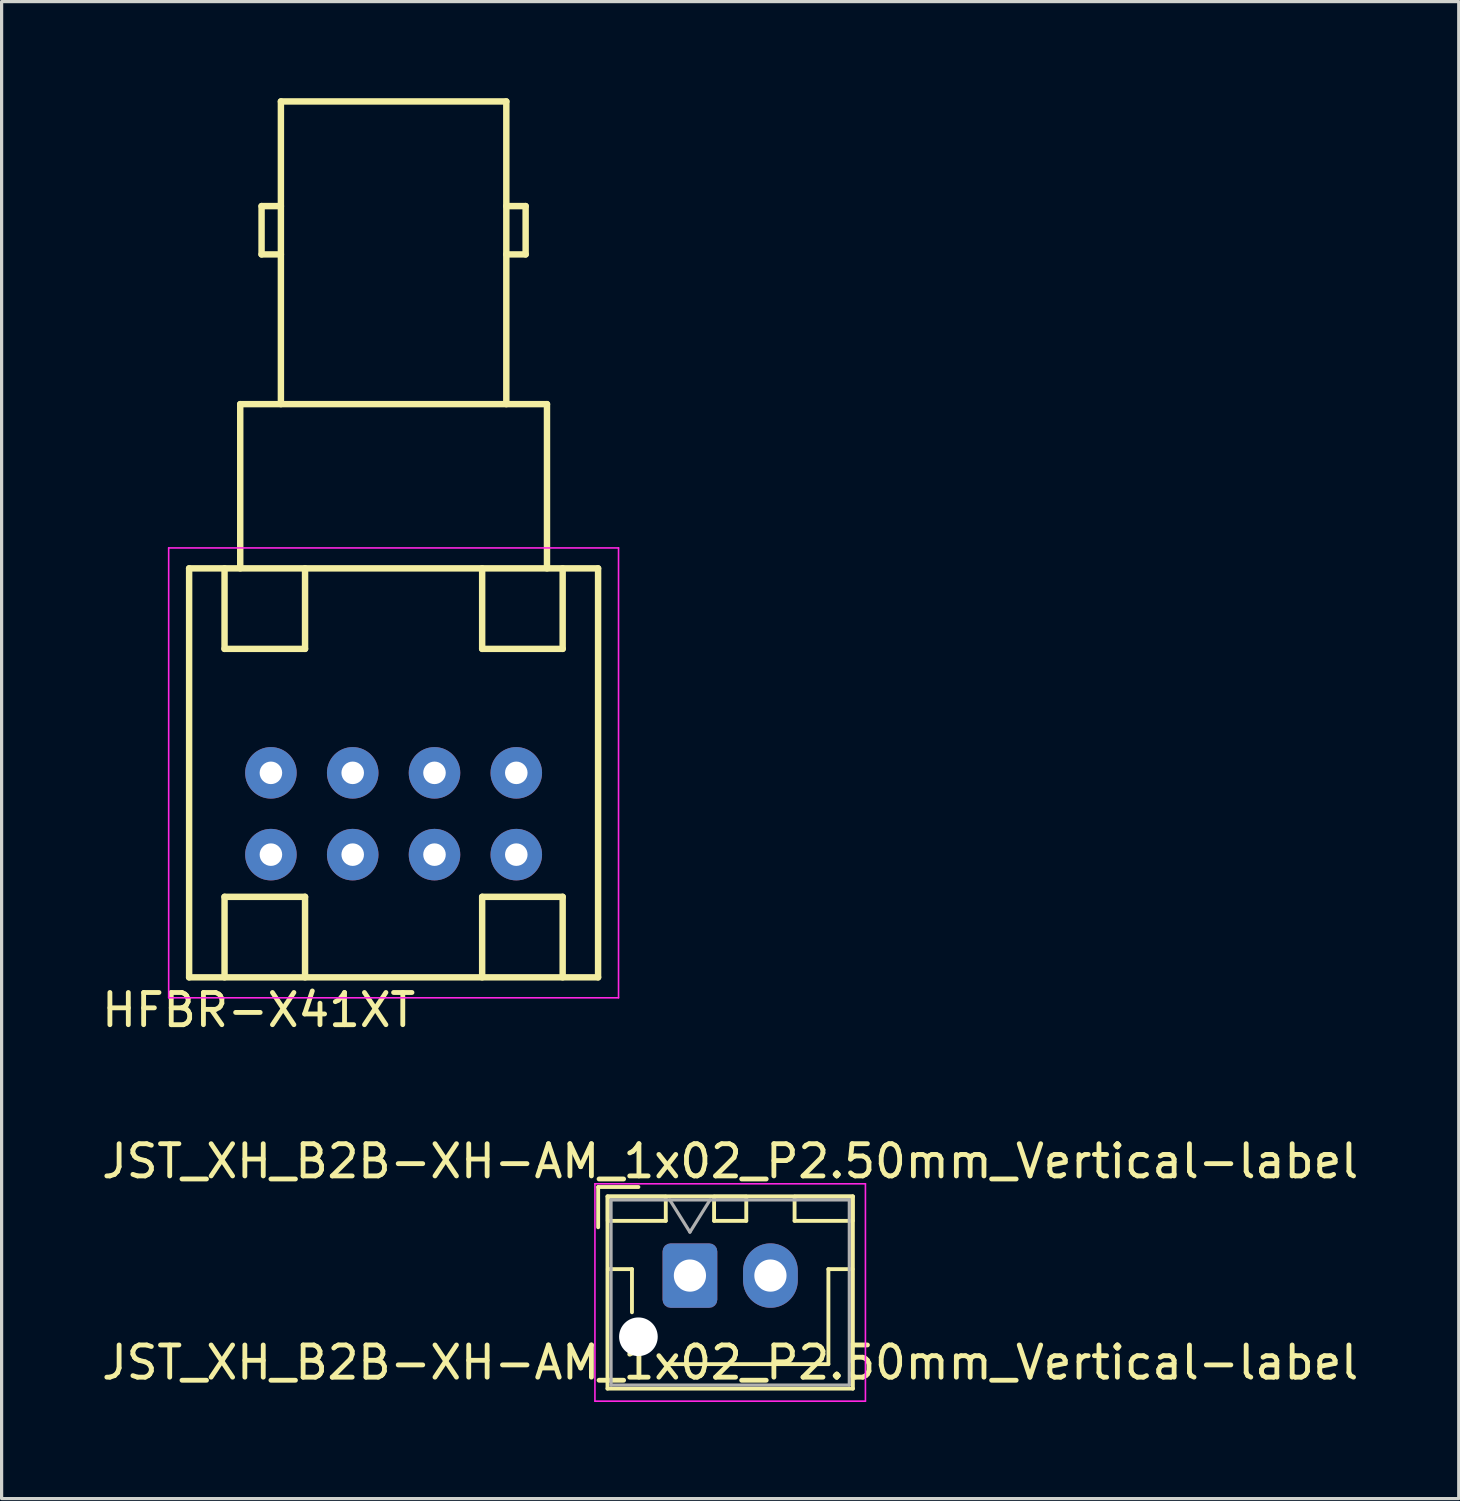
<source format=kicad_pcb>
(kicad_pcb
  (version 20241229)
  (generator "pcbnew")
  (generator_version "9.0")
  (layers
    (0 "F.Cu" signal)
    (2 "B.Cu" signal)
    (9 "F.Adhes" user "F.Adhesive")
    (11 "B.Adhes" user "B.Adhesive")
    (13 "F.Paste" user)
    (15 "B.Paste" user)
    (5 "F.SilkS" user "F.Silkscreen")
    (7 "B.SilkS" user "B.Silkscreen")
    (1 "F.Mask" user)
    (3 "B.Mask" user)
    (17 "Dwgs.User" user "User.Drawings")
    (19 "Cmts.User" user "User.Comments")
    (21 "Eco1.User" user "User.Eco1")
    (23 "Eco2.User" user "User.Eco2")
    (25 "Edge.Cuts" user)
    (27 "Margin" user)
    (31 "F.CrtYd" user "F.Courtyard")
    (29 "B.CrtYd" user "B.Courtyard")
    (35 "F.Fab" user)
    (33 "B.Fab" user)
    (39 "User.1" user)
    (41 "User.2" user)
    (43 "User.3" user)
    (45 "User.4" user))
  (footprint "HFBR-X41XT"
    (layer "F.Cu")
    (at 9.173 20.95)
    (property "Reference" "HFBR-X41XT" (at -4.191 7.366 180) (layer "F.SilkS") (effects (font (size 1 1) (thickness 0.15))))
    (attr through_hole)
    (fp_line (start -6.35 -6.35) (end -6.35 6.35) (stroke (width 0.2) (type solid)) (layer "F.SilkS"))
    (fp_line (start -5.25 -3.85) (end -5.25 -6.35) (stroke (width 0.2) (type solid)) (layer "F.SilkS"))
    (fp_line (start -5.25 3.85) (end -2.75 3.85) (stroke (width 0.2) (type solid)) (layer "F.SilkS"))
    (fp_line (start -5.25 6.35) (end -5.25 3.85) (stroke (width 0.2) (type solid)) (layer "F.SilkS"))
    (fp_line (start -4.763 -11.45) (end -4.763 -6.35) (stroke (width 0.2) (type solid)) (layer "F.SilkS"))
    (fp_line (start -4.1 -17.6) (end -3.5 -17.6) (stroke (width 0.2) (type solid)) (layer "F.SilkS"))
    (fp_line (start -4.1 -16.1) (end -4.1 -17.6) (stroke (width 0.2) (type solid)) (layer "F.SilkS"))
    (fp_line (start -4.1 -16.1) (end -3.5 -16.1) (stroke (width 0.2) (type solid)) (layer "F.SilkS"))
    (fp_line (start -3.5 -20.85) (end -3.5 -11.45) (stroke (width 0.2) (type solid)) (layer "F.SilkS"))
    (fp_line (start -2.75 -6.35) (end -2.75 -3.85) (stroke (width 0.2) (type solid)) (layer "F.SilkS"))
    (fp_line (start -2.75 -3.85) (end -5.25 -3.85) (stroke (width 0.2) (type solid)) (layer "F.SilkS"))
    (fp_line (start -2.75 3.85) (end -2.75 6.35) (stroke (width 0.2) (type solid)) (layer "F.SilkS"))
    (fp_line (start 2.75 -3.85) (end 2.75 -6.35) (stroke (width 0.2) (type solid)) (layer "F.SilkS"))
    (fp_line (start 2.75 3.85) (end 5.25 3.85) (stroke (width 0.2) (type solid)) (layer "F.SilkS"))
    (fp_line (start 2.75 6.35) (end 2.75 3.85) (stroke (width 0.2) (type solid)) (layer "F.SilkS"))
    (fp_line (start 3.5 -20.85) (end -3.5 -20.85) (stroke (width 0.2) (type solid)) (layer "F.SilkS"))
    (fp_line (start 3.5 -20.85) (end 3.5 -11.45) (stroke (width 0.2) (type solid)) (layer "F.SilkS"))
    (fp_line (start 4.1 -17.6) (end 3.5 -17.6) (stroke (width 0.2) (type solid)) (layer "F.SilkS"))
    (fp_line (start 4.1 -16.1) (end 3.5 -16.1) (stroke (width 0.2) (type solid)) (layer "F.SilkS"))
    (fp_line (start 4.1 -16.1) (end 4.1 -17.6) (stroke (width 0.2) (type solid)) (layer "F.SilkS"))
    (fp_line (start 4.763 -11.45) (end -4.763 -11.45) (stroke (width 0.2) (type solid)) (layer "F.SilkS"))
    (fp_line (start 4.763 -6.35) (end 4.763 -11.45) (stroke (width 0.2) (type solid)) (layer "F.SilkS"))
    (fp_line (start 5.25 -6.35) (end 5.25 -3.85) (stroke (width 0.2) (type solid)) (layer "F.SilkS"))
    (fp_line (start 5.25 -3.85) (end 2.75 -3.85) (stroke (width 0.2) (type solid)) (layer "F.SilkS"))
    (fp_line (start 5.25 3.85) (end 5.25 6.35) (stroke (width 0.2) (type solid)) (layer "F.SilkS"))
    (fp_line (start 6.35 -6.35) (end -6.35 -6.35) (stroke (width 0.2) (type solid)) (layer "F.SilkS"))
    (fp_line (start 6.35 6.35) (end -6.35 6.35) (stroke (width 0.2) (type solid)) (layer "F.SilkS"))
    (fp_line (start 6.35 6.35) (end 6.35 -6.35) (stroke (width 0.2) (type solid)) (layer "F.SilkS"))
    (fp_line (start -6.985 -6.985) (end 6.985 -6.985) (stroke (width 0.05) (type default)) (layer "F.CrtYd"))
    (fp_line (start -6.985 6.985) (end -6.985 -6.985) (stroke (width 0.05) (type default)) (layer "F.CrtYd"))
    (fp_line (start 6.985 -6.985) (end 6.985 6.985) (stroke (width 0.05) (type default)) (layer "F.CrtYd"))
    (fp_line (start 6.985 6.985) (end -6.985 6.985) (stroke (width 0.05) (type default)) (layer "F.CrtYd"))
    (pad "" thru_hole circle (at -3.81 0) (size 1.6 1.6) (drill 0.7) (layers "*.Cu" "*.Mask"))
    (pad "" thru_hole circle (at -3.81 2.54) (size 1.6 1.6) (drill 0.7) (layers "*.Cu" "*.Mask"))
    (pad "" thru_hole circle (at 3.81 0) (size 1.6 1.6) (drill 0.7) (layers "*.Cu" "*.Mask"))
    (pad "" thru_hole circle (at 3.81 2.54) (size 1.6 1.6) (drill 0.7) (layers "*.Cu" "*.Mask"))
    (pad "2" thru_hole circle (at -1.27 2.54) (size 1.6 1.6) (drill 0.7) (layers "*.Cu" "*.Mask"))
    (pad "3" thru_hole circle (at 1.27 2.54) (size 1.6 1.6) (drill 0.7) (layers "*.Cu" "*.Mask"))
    (pad "6" thru_hole circle (at 1.27 0) (size 1.6 1.6) (drill 0.7) (layers "*.Cu" "*.Mask"))
    (pad "7" thru_hole circle (at -1.27 0) (size 1.6 1.6) (drill 0.7) (layers "*.Cu" "*.Mask")))
  (footprint "JST_XH_B2B-XH-AM_1x02_P2.50mm_Vertical-label"
    (layer "F.Cu")
    (at 18.375 36.562)
    (property "Reference" "JST_XH_B2B-XH-AM_1x02_P2.50mm_Vertical-label" (at 1.25 -3.55 0) (layer "F.SilkS") (effects (font (size 1 1) (thickness 0.15))))
    (attr through_hole)
    (fp_line (start -2.85 -2.75) (end -2.85 -1.5) (stroke (width 0.12) (type solid)) (layer "F.SilkS"))
    (fp_line (start -2.56 -2.46) (end -2.56 3.51) (stroke (width 0.12) (type solid)) (layer "F.SilkS"))
    (fp_line (start -2.56 3.51) (end 5.06 3.51) (stroke (width 0.12) (type solid)) (layer "F.SilkS"))
    (fp_line (start -2.55 -2.45) (end -2.55 -1.7) (stroke (width 0.12) (type solid)) (layer "F.SilkS"))
    (fp_line (start -2.55 -1.7) (end -0.75 -1.7) (stroke (width 0.12) (type solid)) (layer "F.SilkS"))
    (fp_line (start -2.55 -0.2) (end -1.8 -0.2) (stroke (width 0.12) (type solid)) (layer "F.SilkS"))
    (fp_line (start -1.8 -0.2) (end -1.8 1.14) (stroke (width 0.12) (type solid)) (layer "F.SilkS"))
    (fp_line (start -1.6 -2.75) (end -2.85 -2.75) (stroke (width 0.12) (type solid)) (layer "F.SilkS"))
    (fp_line (start -0.75 -2.45) (end -2.55 -2.45) (stroke (width 0.12) (type solid)) (layer "F.SilkS"))
    (fp_line (start -0.75 -1.7) (end -0.75 -2.45) (stroke (width 0.12) (type solid)) (layer "F.SilkS"))
    (fp_line (start 0.75 -2.45) (end 0.75 -1.7) (stroke (width 0.12) (type solid)) (layer "F.SilkS"))
    (fp_line (start 0.75 -1.7) (end 1.75 -1.7) (stroke (width 0.12) (type solid)) (layer "F.SilkS"))
    (fp_line (start 1.25 2.75) (end -0.74 2.75) (stroke (width 0.12) (type solid)) (layer "F.SilkS"))
    (fp_line (start 1.75 -2.45) (end 0.75 -2.45) (stroke (width 0.12) (type solid)) (layer "F.SilkS"))
    (fp_line (start 1.75 -1.7) (end 1.75 -2.45) (stroke (width 0.12) (type solid)) (layer "F.SilkS"))
    (fp_line (start 3.25 -2.45) (end 3.25 -1.7) (stroke (width 0.12) (type solid)) (layer "F.SilkS"))
    (fp_line (start 3.25 -1.7) (end 5.05 -1.7) (stroke (width 0.12) (type solid)) (layer "F.SilkS"))
    (fp_line (start 4.3 -0.2) (end 4.3 2.75) (stroke (width 0.12) (type solid)) (layer "F.SilkS"))
    (fp_line (start 4.3 2.75) (end 1.25 2.75) (stroke (width 0.12) (type solid)) (layer "F.SilkS"))
    (fp_line (start 5.05 -2.45) (end 3.25 -2.45) (stroke (width 0.12) (type solid)) (layer "F.SilkS"))
    (fp_line (start 5.05 -1.7) (end 5.05 -2.45) (stroke (width 0.12) (type solid)) (layer "F.SilkS"))
    (fp_line (start 5.05 -0.2) (end 4.3 -0.2) (stroke (width 0.12) (type solid)) (layer "F.SilkS"))
    (fp_line (start 5.06 -2.46) (end -2.56 -2.46) (stroke (width 0.12) (type solid)) (layer "F.SilkS"))
    (fp_line (start 5.06 3.51) (end 5.06 -2.46) (stroke (width 0.12) (type solid)) (layer "F.SilkS"))
    (fp_line (start -2.95 -2.85) (end -2.95 3.9) (stroke (width 0.05) (type solid)) (layer "F.CrtYd"))
    (fp_line (start -2.95 3.9) (end 5.45 3.9) (stroke (width 0.05) (type solid)) (layer "F.CrtYd"))
    (fp_line (start 5.45 -2.85) (end -2.95 -2.85) (stroke (width 0.05) (type solid)) (layer "F.CrtYd"))
    (fp_line (start 5.45 3.9) (end 5.45 -2.85) (stroke (width 0.05) (type solid)) (layer "F.CrtYd"))
    (fp_line (start -2.45 -2.35) (end -2.45 3.4) (stroke (width 0.1) (type solid)) (layer "F.Fab"))
    (fp_line (start -2.45 3.4) (end 4.95 3.4) (stroke (width 0.1) (type solid)) (layer "F.Fab"))
    (fp_line (start -0.625 -2.35) (end 0 -1.35) (stroke (width 0.1) (type solid)) (layer "F.Fab"))
    (fp_line (start 0 -1.35) (end 0.625 -2.35) (stroke (width 0.1) (type solid)) (layer "F.Fab"))
    (fp_line (start 4.95 -2.35) (end -2.45 -2.35) (stroke (width 0.1) (type solid)) (layer "F.Fab"))
    (fp_line (start 4.95 3.4) (end 4.95 -2.35) (stroke (width 0.1) (type solid)) (layer "F.Fab"))
    (fp_text user "${REFERENCE}" (at 1.25 2.7 0) (layer "F.SilkS") (effects (font (size 1 1) (thickness 0.15))))
    (pad "" np_thru_hole circle (at -1.6 1.9) (size 1.2 1.2) (drill 1.2) (layers "*.Cu" "*.Mask"))
    (pad "1" thru_hole roundrect (at 0 0) (size 1.7 2) (drill 1) (layers "*.Cu" "*.Mask") (roundrect_rratio 0.147))
    (pad "2" thru_hole oval (at 2.5 0) (size 1.7 2) (drill 1) (layers "*.Cu" "*.Mask")))
  (gr_rect
    (start -3 -3)
    (end 42.25 43.487)
    (stroke (width 0.1) (type default))
    (fill no)
    (layer "Edge.Cuts")))
</source>
